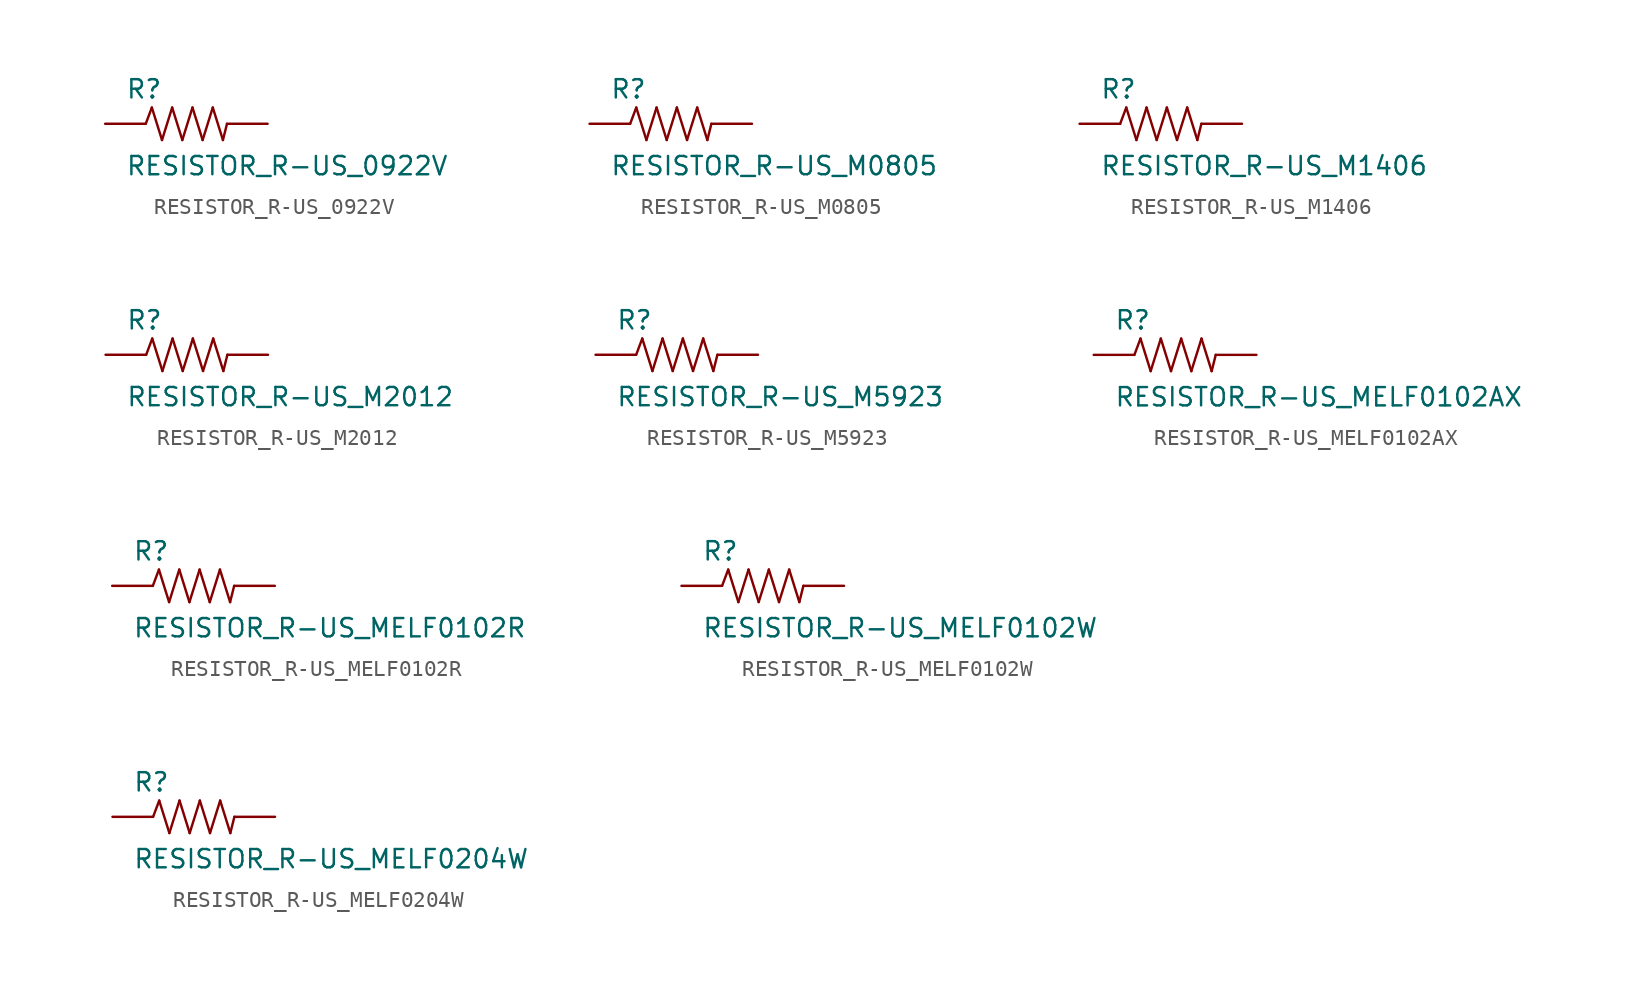
<source format=kicad_sym>
(kicad_symbol_lib
  (version 20210619)
  (generator kicad_symbol_editor)
  (symbol "RESISTOR_R-US_0922V"
    (pin_numbers hide)
    (pin_names
      (offset 1.016) hide)
    (property "Reference" "R"
      (at -3.81 1.499 0)
      (effects (font (size 1.143 1.143)) (justify left bottom)))
    (property "Value" "RESISTOR_R-US_0922V"
      (at -3.81 -3.302 0)
      (effects (font (size 1.143 1.143)) (justify left bottom)))
    (property "ki_locked" ""
      (at 0 0 0)
      (effects (font (size 1.27 1.27))))
    (symbol "RESISTOR_R-US_0922V_1_0"
      (polyline (pts (xy -2.54 0) (xy -2.159 1.016)) (stroke (width 0)) (fill (type none)))
      (polyline (pts (xy -2.159 1.016) (xy -1.524 -1.016)) (stroke (width 0)) (fill (type none)))
      (polyline (pts (xy -1.524 -1.016) (xy -0.889 1.016)) (stroke (width 0)) (fill (type none)))
      (polyline (pts (xy -0.889 1.016) (xy -0.254 -1.016)) (stroke (width 0)) (fill (type none)))
      (polyline (pts (xy -0.254 -1.016) (xy 0.381 1.016)) (stroke (width 0)) (fill (type none)))
      (polyline (pts (xy 0.381 1.016) (xy 1.016 -1.016)) (stroke (width 0)) (fill (type none)))
      (polyline (pts (xy 1.016 -1.016) (xy 1.651 1.016)) (stroke (width 0)) (fill (type none)))
      (polyline (pts (xy 1.651 1.016) (xy 2.286 -1.016)) (stroke (width 0)) (fill (type none)))
      (polyline (pts (xy 2.286 -1.016) (xy 2.54 0)) (stroke (width 0)) (fill (type none))))
    (symbol "RESISTOR_R-US_0922V_1_1"
      (pin passive line (at -5.08 0 0) (length 2.54) (name "1" (effects (font (size 1.016 1.016)))) (number "1" (effects (font (size 1.016 1.016)))))
      (pin passive line (at 5.08 0 180) (length 2.54) (name "2" (effects (font (size 1.016 1.016)))) (number "2" (effects (font (size 1.016 1.016)))))))
  (symbol "RESISTOR_R-US_M0805"
    (pin_numbers hide)
    (pin_names
      (offset 1.016) hide)
    (property "Reference" "R"
      (at -3.81 1.499 0)
      (effects (font (size 1.143 1.143)) (justify left bottom)))
    (property "Value" "RESISTOR_R-US_M0805"
      (at -3.81 -3.302 0)
      (effects (font (size 1.143 1.143)) (justify left bottom)))
    (property "ki_locked" ""
      (at 0 0 0)
      (effects (font (size 1.27 1.27))))
    (symbol "RESISTOR_R-US_M0805_1_0"
      (polyline (pts (xy -2.54 0) (xy -2.159 1.016)) (stroke (width 0)) (fill (type none)))
      (polyline (pts (xy -2.159 1.016) (xy -1.524 -1.016)) (stroke (width 0)) (fill (type none)))
      (polyline (pts (xy -1.524 -1.016) (xy -0.889 1.016)) (stroke (width 0)) (fill (type none)))
      (polyline (pts (xy -0.889 1.016) (xy -0.254 -1.016)) (stroke (width 0)) (fill (type none)))
      (polyline (pts (xy -0.254 -1.016) (xy 0.381 1.016)) (stroke (width 0)) (fill (type none)))
      (polyline (pts (xy 0.381 1.016) (xy 1.016 -1.016)) (stroke (width 0)) (fill (type none)))
      (polyline (pts (xy 1.016 -1.016) (xy 1.651 1.016)) (stroke (width 0)) (fill (type none)))
      (polyline (pts (xy 1.651 1.016) (xy 2.286 -1.016)) (stroke (width 0)) (fill (type none)))
      (polyline (pts (xy 2.286 -1.016) (xy 2.54 0)) (stroke (width 0)) (fill (type none))))
    (symbol "RESISTOR_R-US_M0805_1_1"
      (pin passive line (at -5.08 0 0) (length 2.54) (name "1" (effects (font (size 1.016 1.016)))) (number "1" (effects (font (size 1.016 1.016)))))
      (pin passive line (at 5.08 0 180) (length 2.54) (name "2" (effects (font (size 1.016 1.016)))) (number "2" (effects (font (size 1.016 1.016)))))))
  (symbol "RESISTOR_R-US_M1406"
    (pin_numbers hide)
    (pin_names
      (offset 1.016) hide)
    (property "Reference" "R"
      (at -3.81 1.499 0)
      (effects (font (size 1.143 1.143)) (justify left bottom)))
    (property "Value" "RESISTOR_R-US_M1406"
      (at -3.81 -3.302 0)
      (effects (font (size 1.143 1.143)) (justify left bottom)))
    (property "ki_locked" ""
      (at 0 0 0)
      (effects (font (size 1.27 1.27))))
    (symbol "RESISTOR_R-US_M1406_1_0"
      (polyline (pts (xy -2.54 0) (xy -2.159 1.016)) (stroke (width 0)) (fill (type none)))
      (polyline (pts (xy -2.159 1.016) (xy -1.524 -1.016)) (stroke (width 0)) (fill (type none)))
      (polyline (pts (xy -1.524 -1.016) (xy -0.889 1.016)) (stroke (width 0)) (fill (type none)))
      (polyline (pts (xy -0.889 1.016) (xy -0.254 -1.016)) (stroke (width 0)) (fill (type none)))
      (polyline (pts (xy -0.254 -1.016) (xy 0.381 1.016)) (stroke (width 0)) (fill (type none)))
      (polyline (pts (xy 0.381 1.016) (xy 1.016 -1.016)) (stroke (width 0)) (fill (type none)))
      (polyline (pts (xy 1.016 -1.016) (xy 1.651 1.016)) (stroke (width 0)) (fill (type none)))
      (polyline (pts (xy 1.651 1.016) (xy 2.286 -1.016)) (stroke (width 0)) (fill (type none)))
      (polyline (pts (xy 2.286 -1.016) (xy 2.54 0)) (stroke (width 0)) (fill (type none))))
    (symbol "RESISTOR_R-US_M1406_1_1"
      (pin passive line (at -5.08 0 0) (length 2.54) (name "1" (effects (font (size 1.016 1.016)))) (number "1" (effects (font (size 1.016 1.016)))))
      (pin passive line (at 5.08 0 180) (length 2.54) (name "2" (effects (font (size 1.016 1.016)))) (number "2" (effects (font (size 1.016 1.016)))))))
  (symbol "RESISTOR_R-US_M2012"
    (pin_numbers hide)
    (pin_names
      (offset 1.016) hide)
    (property "Reference" "R"
      (at -3.81 1.499 0)
      (effects (font (size 1.143 1.143)) (justify left bottom)))
    (property "Value" "RESISTOR_R-US_M2012"
      (at -3.81 -3.302 0)
      (effects (font (size 1.143 1.143)) (justify left bottom)))
    (property "ki_locked" ""
      (at 0 0 0)
      (effects (font (size 1.27 1.27))))
    (symbol "RESISTOR_R-US_M2012_1_0"
      (polyline (pts (xy -2.54 0) (xy -2.159 1.016)) (stroke (width 0)) (fill (type none)))
      (polyline (pts (xy -2.159 1.016) (xy -1.524 -1.016)) (stroke (width 0)) (fill (type none)))
      (polyline (pts (xy -1.524 -1.016) (xy -0.889 1.016)) (stroke (width 0)) (fill (type none)))
      (polyline (pts (xy -0.889 1.016) (xy -0.254 -1.016)) (stroke (width 0)) (fill (type none)))
      (polyline (pts (xy -0.254 -1.016) (xy 0.381 1.016)) (stroke (width 0)) (fill (type none)))
      (polyline (pts (xy 0.381 1.016) (xy 1.016 -1.016)) (stroke (width 0)) (fill (type none)))
      (polyline (pts (xy 1.016 -1.016) (xy 1.651 1.016)) (stroke (width 0)) (fill (type none)))
      (polyline (pts (xy 1.651 1.016) (xy 2.286 -1.016)) (stroke (width 0)) (fill (type none)))
      (polyline (pts (xy 2.286 -1.016) (xy 2.54 0)) (stroke (width 0)) (fill (type none))))
    (symbol "RESISTOR_R-US_M2012_1_1"
      (pin passive line (at -5.08 0 0) (length 2.54) (name "1" (effects (font (size 1.016 1.016)))) (number "1" (effects (font (size 1.016 1.016)))))
      (pin passive line (at 5.08 0 180) (length 2.54) (name "2" (effects (font (size 1.016 1.016)))) (number "2" (effects (font (size 1.016 1.016)))))))
  (symbol "RESISTOR_R-US_M5923"
    (pin_numbers hide)
    (pin_names
      (offset 1.016) hide)
    (property "Reference" "R"
      (at -3.81 1.499 0)
      (effects (font (size 1.143 1.143)) (justify left bottom)))
    (property "Value" "RESISTOR_R-US_M5923"
      (at -3.81 -3.302 0)
      (effects (font (size 1.143 1.143)) (justify left bottom)))
    (property "ki_locked" ""
      (at 0 0 0)
      (effects (font (size 1.27 1.27))))
    (symbol "RESISTOR_R-US_M5923_1_0"
      (polyline (pts (xy -2.54 0) (xy -2.159 1.016)) (stroke (width 0)) (fill (type none)))
      (polyline (pts (xy -2.159 1.016) (xy -1.524 -1.016)) (stroke (width 0)) (fill (type none)))
      (polyline (pts (xy -1.524 -1.016) (xy -0.889 1.016)) (stroke (width 0)) (fill (type none)))
      (polyline (pts (xy -0.889 1.016) (xy -0.254 -1.016)) (stroke (width 0)) (fill (type none)))
      (polyline (pts (xy -0.254 -1.016) (xy 0.381 1.016)) (stroke (width 0)) (fill (type none)))
      (polyline (pts (xy 0.381 1.016) (xy 1.016 -1.016)) (stroke (width 0)) (fill (type none)))
      (polyline (pts (xy 1.016 -1.016) (xy 1.651 1.016)) (stroke (width 0)) (fill (type none)))
      (polyline (pts (xy 1.651 1.016) (xy 2.286 -1.016)) (stroke (width 0)) (fill (type none)))
      (polyline (pts (xy 2.286 -1.016) (xy 2.54 0)) (stroke (width 0)) (fill (type none))))
    (symbol "RESISTOR_R-US_M5923_1_1"
      (pin passive line (at -5.08 0 0) (length 2.54) (name "1" (effects (font (size 1.016 1.016)))) (number "1" (effects (font (size 1.016 1.016)))))
      (pin passive line (at 5.08 0 180) (length 2.54) (name "2" (effects (font (size 1.016 1.016)))) (number "2" (effects (font (size 1.016 1.016)))))))
  (symbol "RESISTOR_R-US_MELF0102AX"
    (pin_numbers hide)
    (pin_names
      (offset 1.016) hide)
    (property "Reference" "R"
      (at -3.81 1.499 0)
      (effects (font (size 1.143 1.143)) (justify left bottom)))
    (property "Value" "RESISTOR_R-US_MELF0102AX"
      (at -3.81 -3.302 0)
      (effects (font (size 1.143 1.143)) (justify left bottom)))
    (property "ki_locked" ""
      (at 0 0 0)
      (effects (font (size 1.27 1.27))))
    (symbol "RESISTOR_R-US_MELF0102AX_1_0"
      (polyline (pts (xy -2.54 0) (xy -2.159 1.016)) (stroke (width 0)) (fill (type none)))
      (polyline (pts (xy -2.159 1.016) (xy -1.524 -1.016)) (stroke (width 0)) (fill (type none)))
      (polyline (pts (xy -1.524 -1.016) (xy -0.889 1.016)) (stroke (width 0)) (fill (type none)))
      (polyline (pts (xy -0.889 1.016) (xy -0.254 -1.016)) (stroke (width 0)) (fill (type none)))
      (polyline (pts (xy -0.254 -1.016) (xy 0.381 1.016)) (stroke (width 0)) (fill (type none)))
      (polyline (pts (xy 0.381 1.016) (xy 1.016 -1.016)) (stroke (width 0)) (fill (type none)))
      (polyline (pts (xy 1.016 -1.016) (xy 1.651 1.016)) (stroke (width 0)) (fill (type none)))
      (polyline (pts (xy 1.651 1.016) (xy 2.286 -1.016)) (stroke (width 0)) (fill (type none)))
      (polyline (pts (xy 2.286 -1.016) (xy 2.54 0)) (stroke (width 0)) (fill (type none))))
    (symbol "RESISTOR_R-US_MELF0102AX_1_1"
      (pin passive line (at -5.08 0 0) (length 2.54) (name "1" (effects (font (size 1.016 1.016)))) (number "1" (effects (font (size 1.016 1.016)))))
      (pin passive line (at 5.08 0 180) (length 2.54) (name "2" (effects (font (size 1.016 1.016)))) (number "2" (effects (font (size 1.016 1.016)))))))
  (symbol "RESISTOR_R-US_MELF0102R"
    (pin_numbers hide)
    (pin_names
      (offset 1.016) hide)
    (property "Reference" "R"
      (at -3.81 1.499 0)
      (effects (font (size 1.143 1.143)) (justify left bottom)))
    (property "Value" "RESISTOR_R-US_MELF0102R"
      (at -3.81 -3.302 0)
      (effects (font (size 1.143 1.143)) (justify left bottom)))
    (property "ki_locked" ""
      (at 0 0 0)
      (effects (font (size 1.27 1.27))))
    (symbol "RESISTOR_R-US_MELF0102R_1_0"
      (polyline (pts (xy -2.54 0) (xy -2.159 1.016)) (stroke (width 0)) (fill (type none)))
      (polyline (pts (xy -2.159 1.016) (xy -1.524 -1.016)) (stroke (width 0)) (fill (type none)))
      (polyline (pts (xy -1.524 -1.016) (xy -0.889 1.016)) (stroke (width 0)) (fill (type none)))
      (polyline (pts (xy -0.889 1.016) (xy -0.254 -1.016)) (stroke (width 0)) (fill (type none)))
      (polyline (pts (xy -0.254 -1.016) (xy 0.381 1.016)) (stroke (width 0)) (fill (type none)))
      (polyline (pts (xy 0.381 1.016) (xy 1.016 -1.016)) (stroke (width 0)) (fill (type none)))
      (polyline (pts (xy 1.016 -1.016) (xy 1.651 1.016)) (stroke (width 0)) (fill (type none)))
      (polyline (pts (xy 1.651 1.016) (xy 2.286 -1.016)) (stroke (width 0)) (fill (type none)))
      (polyline (pts (xy 2.286 -1.016) (xy 2.54 0)) (stroke (width 0)) (fill (type none))))
    (symbol "RESISTOR_R-US_MELF0102R_1_1"
      (pin passive line (at -5.08 0 0) (length 2.54) (name "1" (effects (font (size 1.016 1.016)))) (number "1" (effects (font (size 1.016 1.016)))))
      (pin passive line (at 5.08 0 180) (length 2.54) (name "2" (effects (font (size 1.016 1.016)))) (number "2" (effects (font (size 1.016 1.016)))))))
  (symbol "RESISTOR_R-US_MELF0102W"
    (pin_numbers hide)
    (pin_names
      (offset 1.016) hide)
    (property "Reference" "R"
      (at -3.81 1.499 0)
      (effects (font (size 1.143 1.143)) (justify left bottom)))
    (property "Value" "RESISTOR_R-US_MELF0102W"
      (at -3.81 -3.302 0)
      (effects (font (size 1.143 1.143)) (justify left bottom)))
    (property "ki_locked" ""
      (at 0 0 0)
      (effects (font (size 1.27 1.27))))
    (symbol "RESISTOR_R-US_MELF0102W_1_0"
      (polyline (pts (xy -2.54 0) (xy -2.159 1.016)) (stroke (width 0)) (fill (type none)))
      (polyline (pts (xy -2.159 1.016) (xy -1.524 -1.016)) (stroke (width 0)) (fill (type none)))
      (polyline (pts (xy -1.524 -1.016) (xy -0.889 1.016)) (stroke (width 0)) (fill (type none)))
      (polyline (pts (xy -0.889 1.016) (xy -0.254 -1.016)) (stroke (width 0)) (fill (type none)))
      (polyline (pts (xy -0.254 -1.016) (xy 0.381 1.016)) (stroke (width 0)) (fill (type none)))
      (polyline (pts (xy 0.381 1.016) (xy 1.016 -1.016)) (stroke (width 0)) (fill (type none)))
      (polyline (pts (xy 1.016 -1.016) (xy 1.651 1.016)) (stroke (width 0)) (fill (type none)))
      (polyline (pts (xy 1.651 1.016) (xy 2.286 -1.016)) (stroke (width 0)) (fill (type none)))
      (polyline (pts (xy 2.286 -1.016) (xy 2.54 0)) (stroke (width 0)) (fill (type none))))
    (symbol "RESISTOR_R-US_MELF0102W_1_1"
      (pin passive line (at -5.08 0 0) (length 2.54) (name "1" (effects (font (size 1.016 1.016)))) (number "1" (effects (font (size 1.016 1.016)))))
      (pin passive line (at 5.08 0 180) (length 2.54) (name "2" (effects (font (size 1.016 1.016)))) (number "2" (effects (font (size 1.016 1.016)))))))
  (symbol "RESISTOR_R-US_MELF0204W"
    (pin_numbers hide)
    (pin_names
      (offset 1.016) hide)
    (property "Reference" "R"
      (at -3.81 1.499 0)
      (effects (font (size 1.143 1.143)) (justify left bottom)))
    (property "Value" "RESISTOR_R-US_MELF0204W"
      (at -3.81 -3.302 0)
      (effects (font (size 1.143 1.143)) (justify left bottom)))
    (property "ki_locked" ""
      (at 0 0 0)
      (effects (font (size 1.27 1.27))))
    (symbol "RESISTOR_R-US_MELF0204W_1_0"
      (polyline (pts (xy -2.54 0) (xy -2.159 1.016)) (stroke (width 0)) (fill (type none)))
      (polyline (pts (xy -2.159 1.016) (xy -1.524 -1.016)) (stroke (width 0)) (fill (type none)))
      (polyline (pts (xy -1.524 -1.016) (xy -0.889 1.016)) (stroke (width 0)) (fill (type none)))
      (polyline (pts (xy -0.889 1.016) (xy -0.254 -1.016)) (stroke (width 0)) (fill (type none)))
      (polyline (pts (xy -0.254 -1.016) (xy 0.381 1.016)) (stroke (width 0)) (fill (type none)))
      (polyline (pts (xy 0.381 1.016) (xy 1.016 -1.016)) (stroke (width 0)) (fill (type none)))
      (polyline (pts (xy 1.016 -1.016) (xy 1.651 1.016)) (stroke (width 0)) (fill (type none)))
      (polyline (pts (xy 1.651 1.016) (xy 2.286 -1.016)) (stroke (width 0)) (fill (type none)))
      (polyline (pts (xy 2.286 -1.016) (xy 2.54 0)) (stroke (width 0)) (fill (type none))))
    (symbol "RESISTOR_R-US_MELF0204W_1_1"
      (pin passive line (at -5.08 0 0) (length 2.54) (name "1" (effects (font (size 1.016 1.016)))) (number "1" (effects (font (size 1.016 1.016)))))
      (pin passive line (at 5.08 0 180) (length 2.54) (name "2" (effects (font (size 1.016 1.016)))) (number "2" (effects (font (size 1.016 1.016))))))))
</source>
